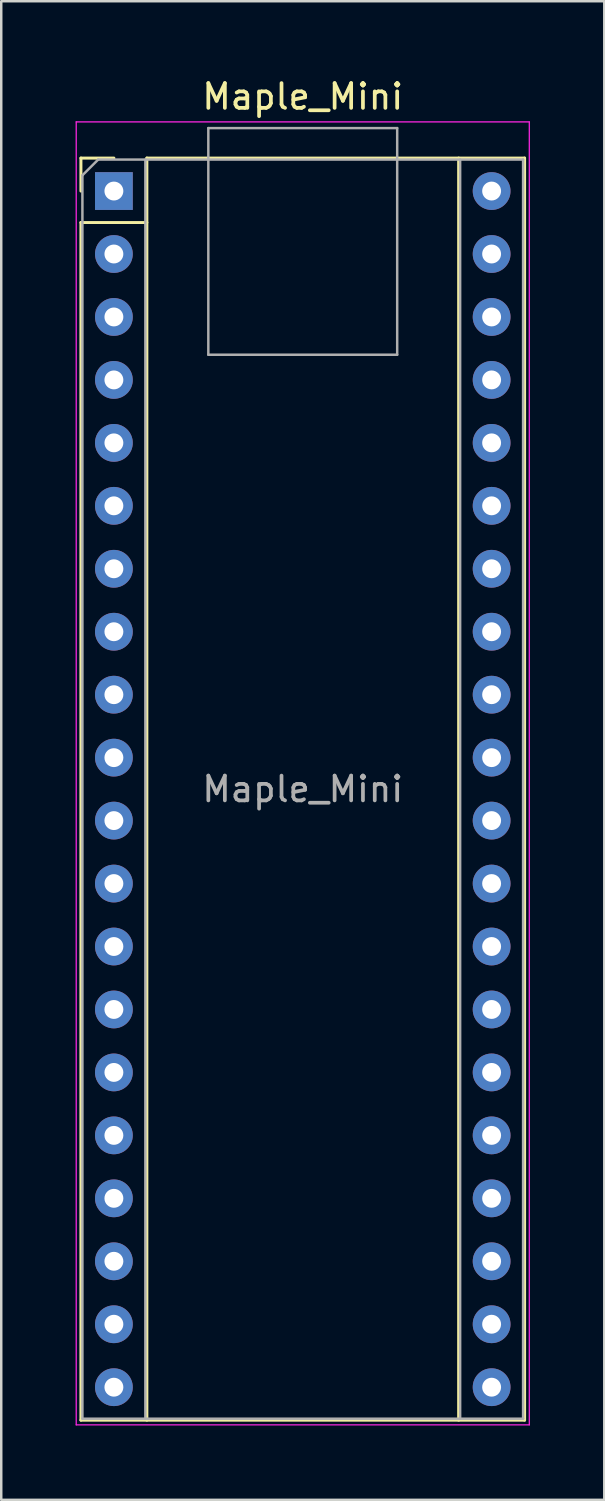
<source format=kicad_pcb>
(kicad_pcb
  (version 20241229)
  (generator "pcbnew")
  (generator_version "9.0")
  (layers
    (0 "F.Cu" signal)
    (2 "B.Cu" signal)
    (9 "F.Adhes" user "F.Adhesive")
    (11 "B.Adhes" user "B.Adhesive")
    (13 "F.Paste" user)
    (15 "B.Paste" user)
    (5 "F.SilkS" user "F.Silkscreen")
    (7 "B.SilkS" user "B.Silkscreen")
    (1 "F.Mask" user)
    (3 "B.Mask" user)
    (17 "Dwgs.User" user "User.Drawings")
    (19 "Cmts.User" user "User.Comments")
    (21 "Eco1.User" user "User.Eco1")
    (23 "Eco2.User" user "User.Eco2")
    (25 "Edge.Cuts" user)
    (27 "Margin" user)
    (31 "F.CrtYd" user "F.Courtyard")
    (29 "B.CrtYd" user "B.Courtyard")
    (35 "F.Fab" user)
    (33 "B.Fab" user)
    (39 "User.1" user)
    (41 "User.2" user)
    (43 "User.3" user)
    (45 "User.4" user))
  (footprint "Maple_Mini"
    (layer "F.Cu")
    (at 1.545 4.658)
    (property "Reference" "Maple_Mini" (at 7.62 -3.81 0) (layer "F.SilkS") (effects (font (size 1 1) (thickness 0.15))))
    (attr through_hole)
    (fp_line (start -1.33 -1.33) (end -1.33 0) (stroke (width 0.12) (type solid)) (layer "F.SilkS"))
    (fp_line (start -1.33 1.27) (end 1.33 1.27) (stroke (width 0.12) (type solid)) (layer "F.SilkS"))
    (fp_line (start -1.33 49.59) (end -1.33 1.27) (stroke (width 0.12) (type solid)) (layer "F.SilkS"))
    (fp_line (start 0 -1.33) (end -1.33 -1.33) (stroke (width 0.12) (type solid)) (layer "F.SilkS"))
    (fp_line (start 1.33 -1.33) (end 1.33 49.59) (stroke (width 0.12) (type solid)) (layer "F.SilkS"))
    (fp_line (start 1.33 -1.33) (end 16.57 -1.33) (stroke (width 0.12) (type solid)) (layer "F.SilkS"))
    (fp_line (start 13.91 49.59) (end 13.91 -1.33) (stroke (width 0.12) (type solid)) (layer "F.SilkS"))
    (fp_line (start 16.57 -1.33) (end 16.57 49.59) (stroke (width 0.12) (type solid)) (layer "F.SilkS"))
    (fp_line (start 16.57 49.59) (end -1.33 49.59) (stroke (width 0.12) (type solid)) (layer "F.SilkS"))
    (fp_line (start -1.52 -2.79) (end 16.76 -2.79) (stroke (width 0.05) (type solid)) (layer "F.CrtYd"))
    (fp_line (start -1.52 49.78) (end -1.52 -2.79) (stroke (width 0.05) (type solid)) (layer "F.CrtYd"))
    (fp_line (start 16.76 -2.79) (end 16.76 49.78) (stroke (width 0.05) (type solid)) (layer "F.CrtYd"))
    (fp_line (start 16.76 49.78) (end -1.52 49.78) (stroke (width 0.05) (type solid)) (layer "F.CrtYd"))
    (fp_line (start -1.27 -0.635) (end -0.635 -1.27) (stroke (width 0.1) (type solid)) (layer "F.Fab"))
    (fp_line (start -1.27 49.53) (end -1.27 -0.635) (stroke (width 0.1) (type solid)) (layer "F.Fab"))
    (fp_line (start -0.635 -1.27) (end 16.51 -1.27) (stroke (width 0.1) (type solid)) (layer "F.Fab"))
    (fp_line (start 1.27 -1.27) (end 1.27 49.53) (stroke (width 0.1) (type solid)) (layer "F.Fab"))
    (fp_line (start 3.81 -2.54) (end 11.43 -2.54) (stroke (width 0.1) (type solid)) (layer "F.Fab"))
    (fp_line (start 3.81 6.604) (end 3.81 -2.54) (stroke (width 0.1) (type solid)) (layer "F.Fab"))
    (fp_line (start 3.81 6.604) (end 11.43 6.604) (stroke (width 0.1) (type solid)) (layer "F.Fab"))
    (fp_line (start 11.43 -2.54) (end 11.43 6.604) (stroke (width 0.1) (type solid)) (layer "F.Fab"))
    (fp_line (start 13.97 -1.27) (end 13.97 49.53) (stroke (width 0.1) (type solid)) (layer "F.Fab"))
    (fp_line (start 16.51 -1.27) (end 16.51 49.53) (stroke (width 0.1) (type solid)) (layer "F.Fab"))
    (fp_line (start 16.51 49.53) (end -1.27 49.53) (stroke (width 0.1) (type solid)) (layer "F.Fab"))
    (fp_text user "${REFERENCE}" (at 7.62 24.13 0) (layer "F.Fab") (effects (font (size 1 1) (thickness 0.15))))
    (pad "1" thru_hole rect (at 0 0) (size 1.524 1.524) (drill 0.762) (layers "*.Cu" "*.Mask"))
    (pad "2" thru_hole circle (at 0 2.54) (size 1.524 1.524) (drill 0.762) (layers "*.Cu" "*.Mask"))
    (pad "3" thru_hole circle (at 0 5.08) (size 1.524 1.524) (drill 0.762) (layers "*.Cu" "*.Mask"))
    (pad "4" thru_hole circle (at 0 7.62) (size 1.524 1.524) (drill 0.762) (layers "*.Cu" "*.Mask"))
    (pad "5" thru_hole circle (at 0 10.16) (size 1.524 1.524) (drill 0.762) (layers "*.Cu" "*.Mask"))
    (pad "6" thru_hole circle (at 0 12.7) (size 1.524 1.524) (drill 0.762) (layers "*.Cu" "*.Mask"))
    (pad "7" thru_hole circle (at 0 15.24) (size 1.524 1.524) (drill 0.762) (layers "*.Cu" "*.Mask"))
    (pad "8" thru_hole circle (at 0 17.78) (size 1.524 1.524) (drill 0.762) (layers "*.Cu" "*.Mask"))
    (pad "9" thru_hole circle (at 0 20.32) (size 1.524 1.524) (drill 0.762) (layers "*.Cu" "*.Mask"))
    (pad "10" thru_hole circle (at 0 22.86) (size 1.524 1.524) (drill 0.762) (layers "*.Cu" "*.Mask"))
    (pad "11" thru_hole circle (at 0 25.4) (size 1.524 1.524) (drill 0.762) (layers "*.Cu" "*.Mask"))
    (pad "12" thru_hole circle (at 0 27.94) (size 1.524 1.524) (drill 0.762) (layers "*.Cu" "*.Mask"))
    (pad "13" thru_hole circle (at 0 30.48) (size 1.524 1.524) (drill 0.762) (layers "*.Cu" "*.Mask"))
    (pad "14" thru_hole circle (at 0 33.02) (size 1.524 1.524) (drill 0.762) (layers "*.Cu" "*.Mask"))
    (pad "15" thru_hole circle (at 0 35.56) (size 1.524 1.524) (drill 0.762) (layers "*.Cu" "*.Mask"))
    (pad "16" thru_hole circle (at 0 38.1) (size 1.524 1.524) (drill 0.762) (layers "*.Cu" "*.Mask"))
    (pad "17" thru_hole circle (at 0 40.64) (size 1.524 1.524) (drill 0.762) (layers "*.Cu" "*.Mask"))
    (pad "18" thru_hole circle (at 0 43.18) (size 1.524 1.524) (drill 0.762) (layers "*.Cu" "*.Mask"))
    (pad "19" thru_hole circle (at 0 45.72) (size 1.524 1.524) (drill 0.762) (layers "*.Cu" "*.Mask"))
    (pad "20" thru_hole circle (at 0 48.26) (size 1.524 1.524) (drill 0.762) (layers "*.Cu" "*.Mask"))
    (pad "21" thru_hole circle (at 15.24 48.26) (size 1.524 1.524) (drill 0.762) (layers "*.Cu" "*.Mask"))
    (pad "22" thru_hole circle (at 15.24 45.72) (size 1.524 1.524) (drill 0.762) (layers "*.Cu" "*.Mask"))
    (pad "23" thru_hole circle (at 15.24 43.18) (size 1.524 1.524) (drill 0.762) (layers "*.Cu" "*.Mask"))
    (pad "24" thru_hole circle (at 15.24 40.64) (size 1.524 1.524) (drill 0.762) (layers "*.Cu" "*.Mask"))
    (pad "25" thru_hole circle (at 15.24 38.1) (size 1.524 1.524) (drill 0.762) (layers "*.Cu" "*.Mask"))
    (pad "26" thru_hole circle (at 15.24 35.56) (size 1.524 1.524) (drill 0.762) (layers "*.Cu" "*.Mask"))
    (pad "27" thru_hole circle (at 15.24 33.02) (size 1.524 1.524) (drill 0.762) (layers "*.Cu" "*.Mask"))
    (pad "28" thru_hole circle (at 15.24 30.48) (size 1.524 1.524) (drill 0.762) (layers "*.Cu" "*.Mask"))
    (pad "29" thru_hole circle (at 15.24 27.94) (size 1.524 1.524) (drill 0.762) (layers "*.Cu" "*.Mask"))
    (pad "30" thru_hole circle (at 15.24 25.4) (size 1.524 1.524) (drill 0.762) (layers "*.Cu" "*.Mask"))
    (pad "31" thru_hole circle (at 15.24 22.86) (size 1.524 1.524) (drill 0.762) (layers "*.Cu" "*.Mask"))
    (pad "32" thru_hole circle (at 15.24 20.32) (size 1.524 1.524) (drill 0.762) (layers "*.Cu" "*.Mask"))
    (pad "33" thru_hole circle (at 15.24 17.78) (size 1.524 1.524) (drill 0.762) (layers "*.Cu" "*.Mask"))
    (pad "34" thru_hole circle (at 15.24 15.24) (size 1.524 1.524) (drill 0.762) (layers "*.Cu" "*.Mask"))
    (pad "35" thru_hole circle (at 15.24 12.7) (size 1.524 1.524) (drill 0.762) (layers "*.Cu" "*.Mask"))
    (pad "36" thru_hole circle (at 15.24 10.16) (size 1.524 1.524) (drill 0.762) (layers "*.Cu" "*.Mask"))
    (pad "37" thru_hole circle (at 15.24 7.62) (size 1.524 1.524) (drill 0.762) (layers "*.Cu" "*.Mask"))
    (pad "38" thru_hole circle (at 15.24 5.08) (size 1.524 1.524) (drill 0.762) (layers "*.Cu" "*.Mask"))
    (pad "39" thru_hole circle (at 15.24 2.54) (size 1.524 1.524) (drill 0.762) (layers "*.Cu" "*.Mask"))
    (pad "40" thru_hole circle (at 15.24 0) (size 1.524 1.524) (drill 0.762) (layers "*.Cu" "*.Mask")))
  (gr_rect
    (start -3 -3)
    (end 21.33 57.463)
    (stroke (width 0.1) (type default))
    (fill no)
    (layer "Edge.Cuts")))
</source>
